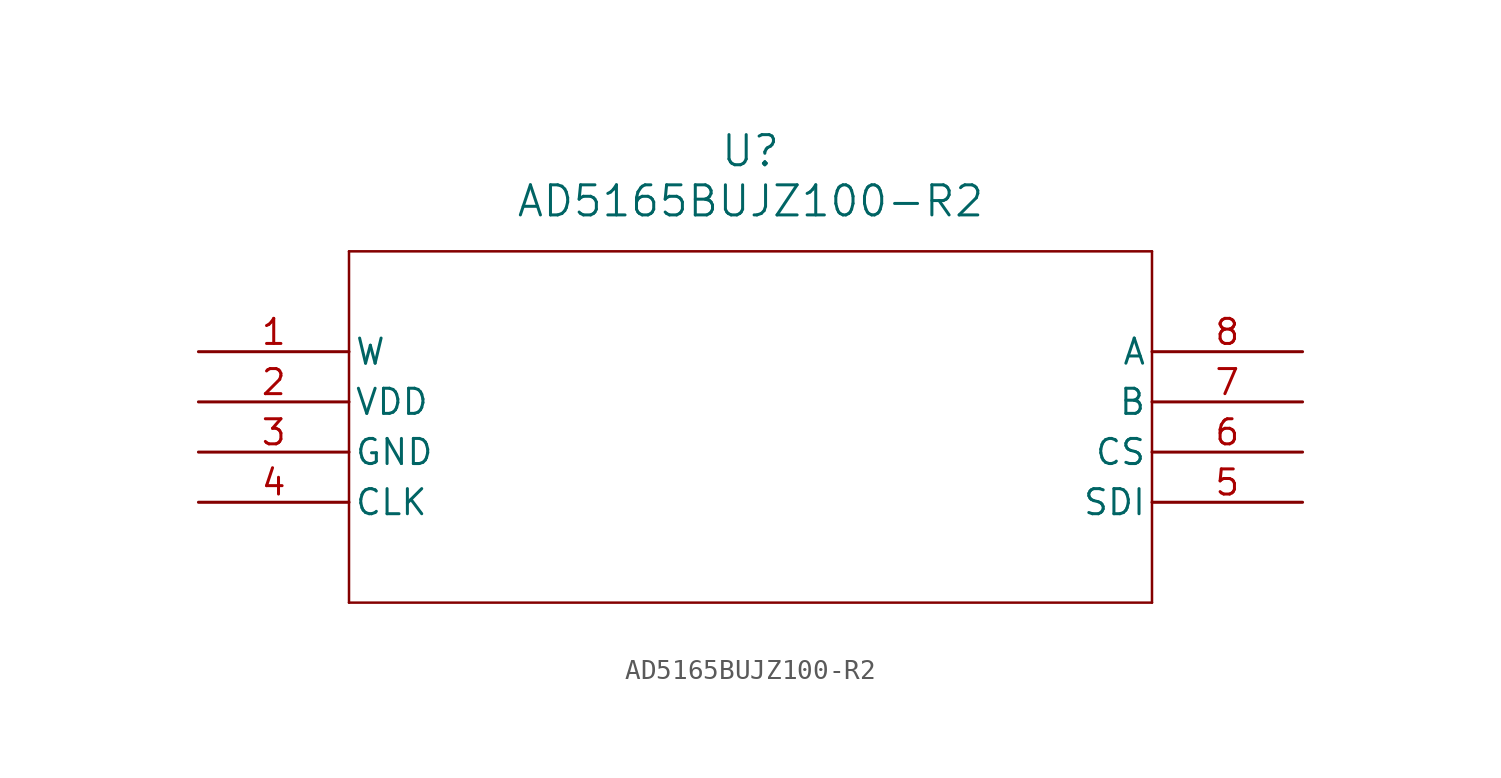
<source format=kicad_sym>
(kicad_symbol_lib
  (version 20220914)
  (generator kicad_symbol_editor)
  (symbol "AD5165BUJZ100-R2"
    (pin_names
      (offset 0.254))
    (property "Reference" "U"
      (at 27.94 10.16 0)
      (effects (font (size 1.524 1.524))))
    (property "Value" "AD5165BUJZ100-R2"
      (at 27.94 7.62 0)
      (effects (font (size 1.524 1.524))))
    (property "ki_locked" ""
      (at 0 0 0)
      (effects (font (size 1.27 1.27))))
    (symbol "AD5165BUJZ100-R2_0_1"
      (polyline (pts (xy 7.62 -12.7) (xy 48.26 -12.7)) (stroke (width 0.127) (type default)) (fill (type none)))
      (polyline (pts (xy 7.62 5.08) (xy 7.62 -12.7)) (stroke (width 0.127) (type default)) (fill (type none)))
      (polyline (pts (xy 48.26 -12.7) (xy 48.26 5.08)) (stroke (width 0.127) (type default)) (fill (type none)))
      (polyline (pts (xy 48.26 5.08) (xy 7.62 5.08)) (stroke (width 0.127) (type default)) (fill (type none)))
      (pin unspecified line (at 0 0 0) (length 7.62) (name "W" (effects (font (size 1.27 1.27)))) (number "1" (effects (font (size 1.27 1.27)))))
      (pin power_in line (at 0 -2.54 0) (length 7.62) (name "VDD" (effects (font (size 1.27 1.27)))) (number "2" (effects (font (size 1.27 1.27)))))
      (pin power_in line (at 0 -5.08 0) (length 7.62) (name "GND" (effects (font (size 1.27 1.27)))) (number "3" (effects (font (size 1.27 1.27)))))
      (pin input line (at 0 -7.62 0) (length 7.62) (name "CLK" (effects (font (size 1.27 1.27)))) (number "4" (effects (font (size 1.27 1.27)))))
      (pin input line (at 55.88 -7.62 180) (length 7.62) (name "SDI" (effects (font (size 1.27 1.27)))) (number "5" (effects (font (size 1.27 1.27)))))
      (pin input line (at 55.88 -5.08 180) (length 7.62) (name "CS" (effects (font (size 1.27 1.27)))) (number "6" (effects (font (size 1.27 1.27)))))
      (pin unspecified line (at 55.88 -2.54 180) (length 7.62) (name "B" (effects (font (size 1.27 1.27)))) (number "7" (effects (font (size 1.27 1.27)))))
      (pin unspecified line (at 55.88 0 180) (length 7.62) (name "A" (effects (font (size 1.27 1.27)))) (number "8" (effects (font (size 1.27 1.27))))))))
</source>
